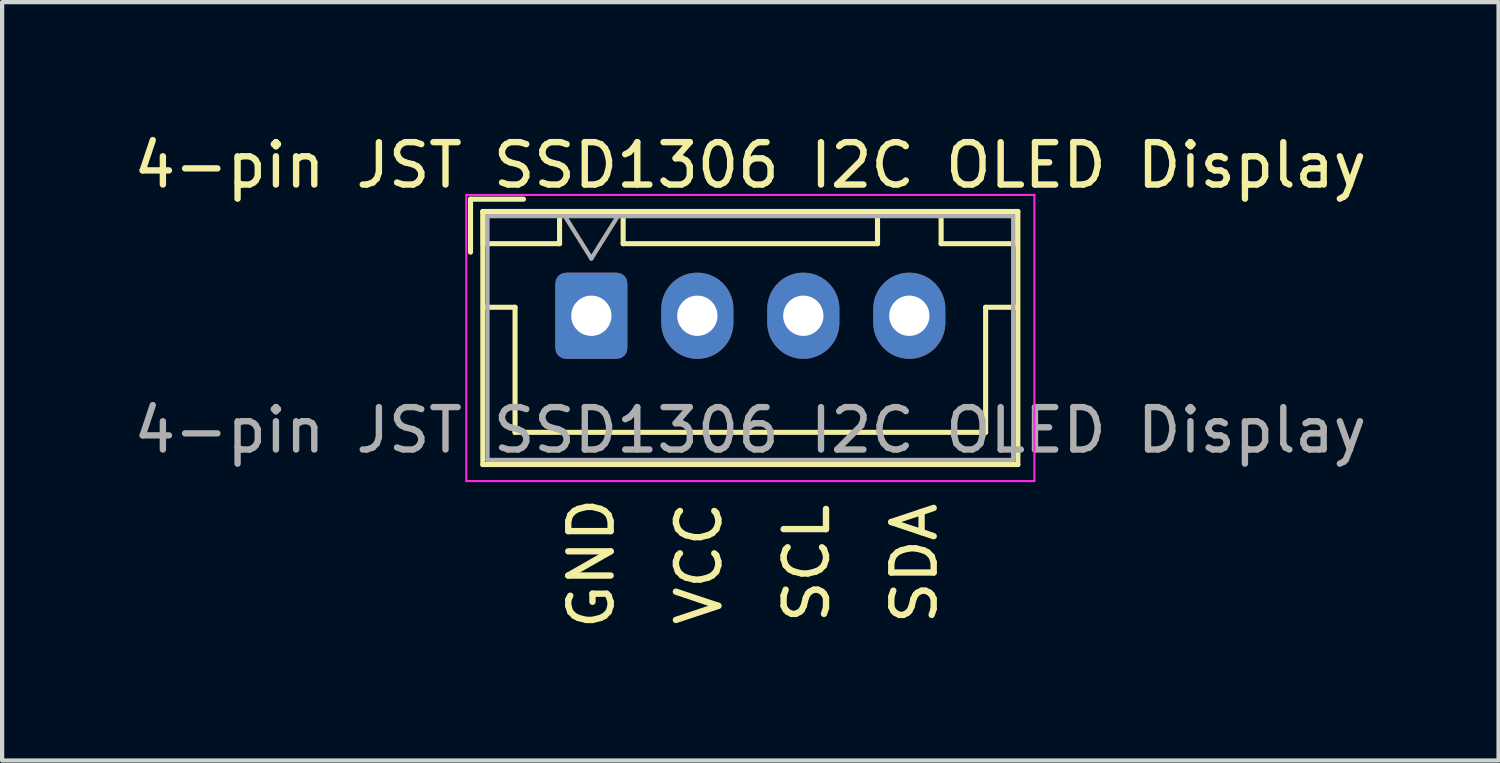
<source format=kicad_pcb>
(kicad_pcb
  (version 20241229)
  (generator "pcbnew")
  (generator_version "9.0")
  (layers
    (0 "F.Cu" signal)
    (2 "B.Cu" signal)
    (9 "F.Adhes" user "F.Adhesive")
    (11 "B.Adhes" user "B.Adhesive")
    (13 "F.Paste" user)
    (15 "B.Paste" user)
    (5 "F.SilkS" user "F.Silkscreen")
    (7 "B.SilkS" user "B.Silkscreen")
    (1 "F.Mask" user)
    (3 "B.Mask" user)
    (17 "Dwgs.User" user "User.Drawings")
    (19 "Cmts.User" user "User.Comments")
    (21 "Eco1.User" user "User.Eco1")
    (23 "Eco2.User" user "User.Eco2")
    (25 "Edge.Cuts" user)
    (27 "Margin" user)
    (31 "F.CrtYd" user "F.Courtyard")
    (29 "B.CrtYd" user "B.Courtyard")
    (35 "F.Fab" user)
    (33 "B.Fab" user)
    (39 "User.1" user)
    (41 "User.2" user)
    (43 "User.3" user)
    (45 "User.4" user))
  (footprint "4-pin JST SSD1306 I2C OLED Display"
    (layer "F.Cu")
    (at 10.899 4.398)
    (property "Reference" "4-pin JST SSD1306 I2C OLED Display" (at 3.75 -3.55 0) (layer "F.SilkS") (effects (font (size 1 1) (thickness 0.15))))
    (attr through_hole)
    (fp_line (start -2.85 -2.75) (end -2.85 -1.5) (stroke (width 0.12) (type solid)) (layer "F.SilkS"))
    (fp_line (start -2.56 -2.46) (end -2.56 3.51) (stroke (width 0.12) (type solid)) (layer "F.SilkS"))
    (fp_line (start -2.56 3.51) (end 10.06 3.51) (stroke (width 0.12) (type solid)) (layer "F.SilkS"))
    (fp_line (start -2.55 -2.45) (end -2.55 -1.7) (stroke (width 0.12) (type solid)) (layer "F.SilkS"))
    (fp_line (start -2.55 -1.7) (end -0.75 -1.7) (stroke (width 0.12) (type solid)) (layer "F.SilkS"))
    (fp_line (start -2.55 -0.2) (end -1.8 -0.2) (stroke (width 0.12) (type solid)) (layer "F.SilkS"))
    (fp_line (start -1.8 -0.2) (end -1.8 2.75) (stroke (width 0.12) (type solid)) (layer "F.SilkS"))
    (fp_line (start -1.8 2.75) (end 3.75 2.75) (stroke (width 0.12) (type solid)) (layer "F.SilkS"))
    (fp_line (start -1.6 -2.75) (end -2.85 -2.75) (stroke (width 0.12) (type solid)) (layer "F.SilkS"))
    (fp_line (start -0.75 -2.45) (end -2.55 -2.45) (stroke (width 0.12) (type solid)) (layer "F.SilkS"))
    (fp_line (start -0.75 -1.7) (end -0.75 -2.45) (stroke (width 0.12) (type solid)) (layer "F.SilkS"))
    (fp_line (start 0.75 -2.45) (end 0.75 -1.7) (stroke (width 0.12) (type solid)) (layer "F.SilkS"))
    (fp_line (start 0.75 -1.7) (end 6.75 -1.7) (stroke (width 0.12) (type solid)) (layer "F.SilkS"))
    (fp_line (start 6.75 -2.45) (end 0.75 -2.45) (stroke (width 0.12) (type solid)) (layer "F.SilkS"))
    (fp_line (start 6.75 -1.7) (end 6.75 -2.45) (stroke (width 0.12) (type solid)) (layer "F.SilkS"))
    (fp_line (start 8.25 -2.45) (end 8.25 -1.7) (stroke (width 0.12) (type solid)) (layer "F.SilkS"))
    (fp_line (start 8.25 -1.7) (end 10.05 -1.7) (stroke (width 0.12) (type solid)) (layer "F.SilkS"))
    (fp_line (start 9.3 -0.2) (end 9.3 2.75) (stroke (width 0.12) (type solid)) (layer "F.SilkS"))
    (fp_line (start 9.3 2.75) (end 3.75 2.75) (stroke (width 0.12) (type solid)) (layer "F.SilkS"))
    (fp_line (start 10.05 -2.45) (end 8.25 -2.45) (stroke (width 0.12) (type solid)) (layer "F.SilkS"))
    (fp_line (start 10.05 -1.7) (end 10.05 -2.45) (stroke (width 0.12) (type solid)) (layer "F.SilkS"))
    (fp_line (start 10.05 -0.2) (end 9.3 -0.2) (stroke (width 0.12) (type solid)) (layer "F.SilkS"))
    (fp_line (start 10.06 -2.46) (end -2.56 -2.46) (stroke (width 0.12) (type solid)) (layer "F.SilkS"))
    (fp_line (start 10.06 3.51) (end 10.06 -2.46) (stroke (width 0.12) (type solid)) (layer "F.SilkS"))
    (fp_line (start -2.95 -2.85) (end -2.95 3.9) (stroke (width 0.05) (type solid)) (layer "F.CrtYd"))
    (fp_line (start -2.95 3.9) (end 10.45 3.9) (stroke (width 0.05) (type solid)) (layer "F.CrtYd"))
    (fp_line (start 10.45 -2.85) (end -2.95 -2.85) (stroke (width 0.05) (type solid)) (layer "F.CrtYd"))
    (fp_line (start 10.45 3.9) (end 10.45 -2.85) (stroke (width 0.05) (type solid)) (layer "F.CrtYd"))
    (fp_line (start -2.45 -2.35) (end -2.45 3.4) (stroke (width 0.1) (type solid)) (layer "F.Fab"))
    (fp_line (start -2.45 3.4) (end 9.95 3.4) (stroke (width 0.1) (type solid)) (layer "F.Fab"))
    (fp_line (start -0.625 -2.35) (end 0 -1.35) (stroke (width 0.1) (type solid)) (layer "F.Fab"))
    (fp_line (start 0 -1.35) (end 0.625 -2.35) (stroke (width 0.1) (type solid)) (layer "F.Fab"))
    (fp_line (start 9.95 -2.35) (end -2.45 -2.35) (stroke (width 0.1) (type solid)) (layer "F.Fab"))
    (fp_line (start 9.95 3.4) (end 9.95 -2.35) (stroke (width 0.1) (type solid)) (layer "F.Fab"))
    (fp_text user "SCL" (at 5.08 5.842 90) (unlocked yes) (layer "F.SilkS") (effects (font (size 1 1) (thickness 0.15))))
    (fp_text user "SDA" (at 7.62 5.842 90) (unlocked yes) (layer "F.SilkS") (effects (font (size 1 1) (thickness 0.15))))
    (fp_text user "GND" (at 0 5.842 90) (unlocked yes) (layer "F.SilkS") (effects (font (size 1 1) (thickness 0.15))))
    (fp_text user "VCC" (at 2.54 5.842 90) (unlocked yes) (layer "F.SilkS") (effects (font (size 1 1) (thickness 0.15))))
    (fp_text user "${REFERENCE}" (at 3.75 2.7 0) (layer "F.Fab") (effects (font (size 1 1) (thickness 0.15))))
    (pad "1" thru_hole roundrect (at 0 0) (size 1.7 2.032) (drill 0.95) (layers "*.Cu" "*.Mask") (roundrect_rratio 0.147))
    (pad "2" thru_hole oval (at 2.5 0) (size 1.7 2.032) (drill 0.95) (layers "*.Cu" "*.Mask"))
    (pad "3" thru_hole oval (at 5 0) (size 1.7 2.032) (drill 0.95) (layers "*.Cu" "*.Mask"))
    (pad "4" thru_hole oval (at 7.5 0) (size 1.7 2.032) (drill 0.95) (layers "*.Cu" "*.Mask")))
  (gr_rect
    (start -3 -3)
    (end 32.298 14.889)
    (stroke (width 0.1) (type default))
    (fill no)
    (layer "Edge.Cuts")))
</source>
